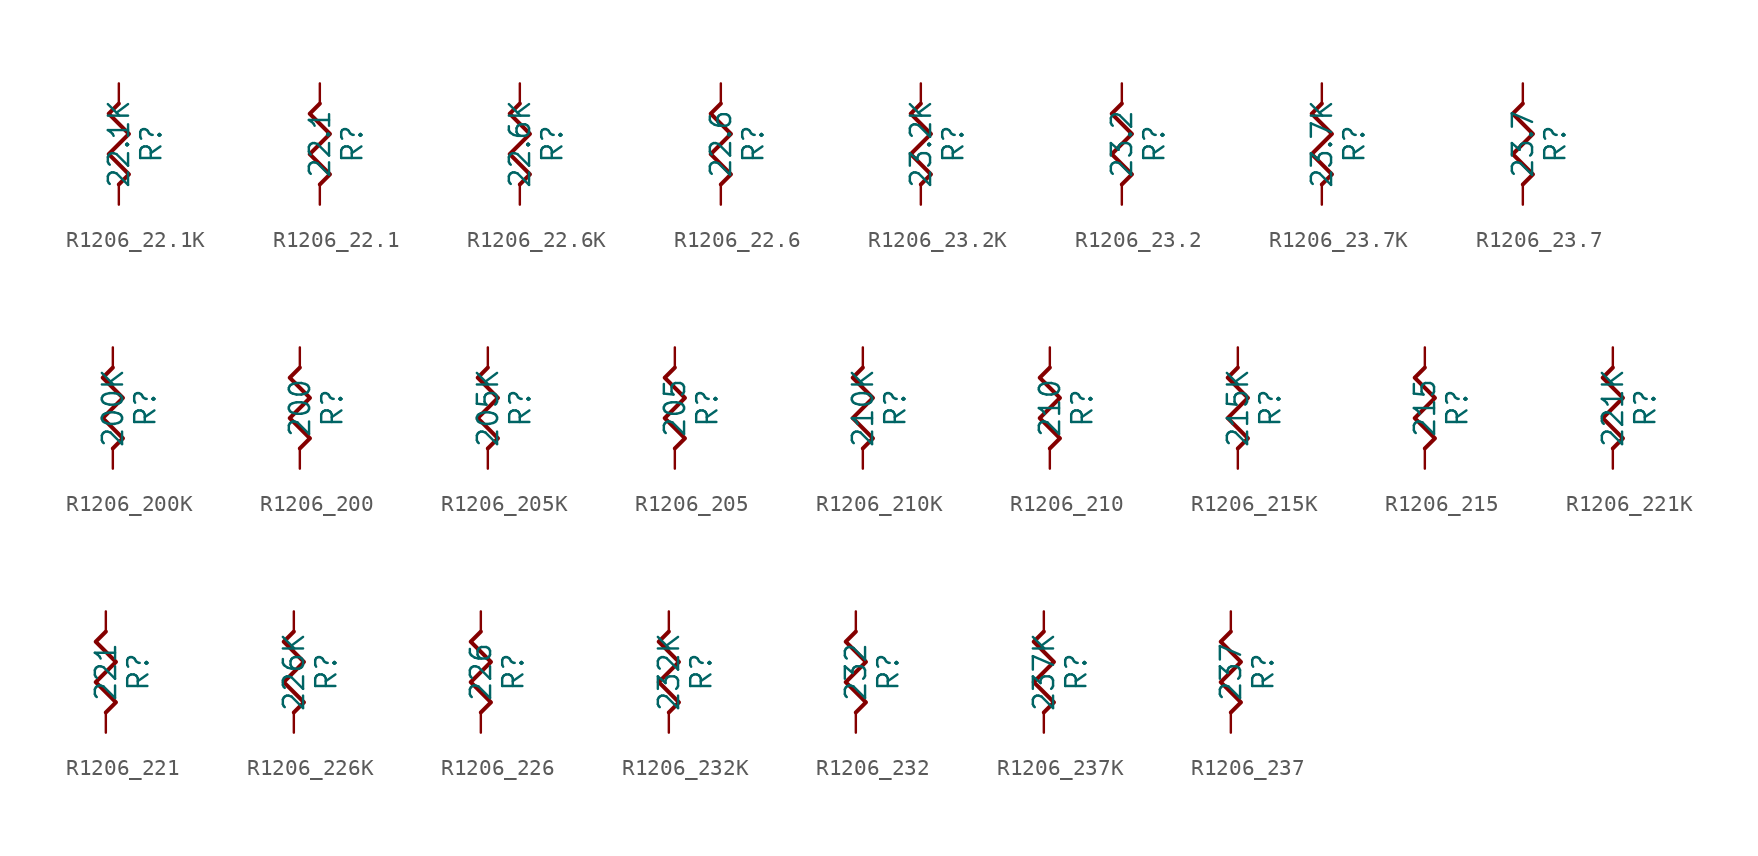
<source format=kicad_sym>
(kicad_symbol_lib
  (version 20211014)
  (generator atlantix-eda)
  (symbol "R1206_22.1K"
    (pin_numbers hide)
    (pin_names
      (offset 0))
    (property "Reference" "R"
      (at 2.032 0 90)
      (effects (font (size 1.27 1.27))))
    (property "Value" "22.1K"
      (at 0 0 90)
      (effects (font (size 1.27 1.27))))
    (symbol "R1206_22.1K_0_1"
      (polyline (pts (xy 0 -2.54) (xy 0.635 -1.905) (xy -0.635 -0.635) (xy 0.635 0.635) (xy -0.635 1.905) (xy 0 2.54)) (stroke (width 0.254) (type default) (color 0 0 0 0)) (fill (type none))))
    (symbol "R1206_22.1K_1_1"
      (pin passive line (at 0 3.81 270) (length 1.27) (name "~" (effects (font (size 1.27 1.27)))) (number "1" (effects (font (size 1.27 1.27)))))
      (pin passive line (at 0 -3.81 90) (length 1.27) (name "~" (effects (font (size 1.27 1.27)))) (number "2" (effects (font (size 1.27 1.27)))))))
  (symbol "R1206_22.1"
    (pin_numbers hide)
    (pin_names
      (offset 0))
    (property "Reference" "R"
      (at 2.032 0 90)
      (effects (font (size 1.27 1.27))))
    (property "Value" "22.1"
      (at 0 0 90)
      (effects (font (size 1.27 1.27))))
    (symbol "R1206_22.1_0_1"
      (polyline (pts (xy 0 -2.54) (xy 0.635 -1.905) (xy -0.635 -0.635) (xy 0.635 0.635) (xy -0.635 1.905) (xy 0 2.54)) (stroke (width 0.254) (type default) (color 0 0 0 0)) (fill (type none))))
    (symbol "R1206_22.1_1_1"
      (pin passive line (at 0 3.81 270) (length 1.27) (name "~" (effects (font (size 1.27 1.27)))) (number "1" (effects (font (size 1.27 1.27)))))
      (pin passive line (at 0 -3.81 90) (length 1.27) (name "~" (effects (font (size 1.27 1.27)))) (number "2" (effects (font (size 1.27 1.27)))))))
  (symbol "R1206_22.6K"
    (pin_numbers hide)
    (pin_names
      (offset 0))
    (property "Reference" "R"
      (at 2.032 0 90)
      (effects (font (size 1.27 1.27))))
    (property "Value" "22.6K"
      (at 0 0 90)
      (effects (font (size 1.27 1.27))))
    (symbol "R1206_22.6K_0_1"
      (polyline (pts (xy 0 -2.54) (xy 0.635 -1.905) (xy -0.635 -0.635) (xy 0.635 0.635) (xy -0.635 1.905) (xy 0 2.54)) (stroke (width 0.254) (type default) (color 0 0 0 0)) (fill (type none))))
    (symbol "R1206_22.6K_1_1"
      (pin passive line (at 0 3.81 270) (length 1.27) (name "~" (effects (font (size 1.27 1.27)))) (number "1" (effects (font (size 1.27 1.27)))))
      (pin passive line (at 0 -3.81 90) (length 1.27) (name "~" (effects (font (size 1.27 1.27)))) (number "2" (effects (font (size 1.27 1.27)))))))
  (symbol "R1206_22.6"
    (pin_numbers hide)
    (pin_names
      (offset 0))
    (property "Reference" "R"
      (at 2.032 0 90)
      (effects (font (size 1.27 1.27))))
    (property "Value" "22.6"
      (at 0 0 90)
      (effects (font (size 1.27 1.27))))
    (symbol "R1206_22.6_0_1"
      (polyline (pts (xy 0 -2.54) (xy 0.635 -1.905) (xy -0.635 -0.635) (xy 0.635 0.635) (xy -0.635 1.905) (xy 0 2.54)) (stroke (width 0.254) (type default) (color 0 0 0 0)) (fill (type none))))
    (symbol "R1206_22.6_1_1"
      (pin passive line (at 0 3.81 270) (length 1.27) (name "~" (effects (font (size 1.27 1.27)))) (number "1" (effects (font (size 1.27 1.27)))))
      (pin passive line (at 0 -3.81 90) (length 1.27) (name "~" (effects (font (size 1.27 1.27)))) (number "2" (effects (font (size 1.27 1.27)))))))
  (symbol "R1206_23.2K"
    (pin_numbers hide)
    (pin_names
      (offset 0))
    (property "Reference" "R"
      (at 2.032 0 90)
      (effects (font (size 1.27 1.27))))
    (property "Value" "23.2K"
      (at 0 0 90)
      (effects (font (size 1.27 1.27))))
    (symbol "R1206_23.2K_0_1"
      (polyline (pts (xy 0 -2.54) (xy 0.635 -1.905) (xy -0.635 -0.635) (xy 0.635 0.635) (xy -0.635 1.905) (xy 0 2.54)) (stroke (width 0.254) (type default) (color 0 0 0 0)) (fill (type none))))
    (symbol "R1206_23.2K_1_1"
      (pin passive line (at 0 3.81 270) (length 1.27) (name "~" (effects (font (size 1.27 1.27)))) (number "1" (effects (font (size 1.27 1.27)))))
      (pin passive line (at 0 -3.81 90) (length 1.27) (name "~" (effects (font (size 1.27 1.27)))) (number "2" (effects (font (size 1.27 1.27)))))))
  (symbol "R1206_23.2"
    (pin_numbers hide)
    (pin_names
      (offset 0))
    (property "Reference" "R"
      (at 2.032 0 90)
      (effects (font (size 1.27 1.27))))
    (property "Value" "23.2"
      (at 0 0 90)
      (effects (font (size 1.27 1.27))))
    (symbol "R1206_23.2_0_1"
      (polyline (pts (xy 0 -2.54) (xy 0.635 -1.905) (xy -0.635 -0.635) (xy 0.635 0.635) (xy -0.635 1.905) (xy 0 2.54)) (stroke (width 0.254) (type default) (color 0 0 0 0)) (fill (type none))))
    (symbol "R1206_23.2_1_1"
      (pin passive line (at 0 3.81 270) (length 1.27) (name "~" (effects (font (size 1.27 1.27)))) (number "1" (effects (font (size 1.27 1.27)))))
      (pin passive line (at 0 -3.81 90) (length 1.27) (name "~" (effects (font (size 1.27 1.27)))) (number "2" (effects (font (size 1.27 1.27)))))))
  (symbol "R1206_23.7K"
    (pin_numbers hide)
    (pin_names
      (offset 0))
    (property "Reference" "R"
      (at 2.032 0 90)
      (effects (font (size 1.27 1.27))))
    (property "Value" "23.7K"
      (at 0 0 90)
      (effects (font (size 1.27 1.27))))
    (symbol "R1206_23.7K_0_1"
      (polyline (pts (xy 0 -2.54) (xy 0.635 -1.905) (xy -0.635 -0.635) (xy 0.635 0.635) (xy -0.635 1.905) (xy 0 2.54)) (stroke (width 0.254) (type default) (color 0 0 0 0)) (fill (type none))))
    (symbol "R1206_23.7K_1_1"
      (pin passive line (at 0 3.81 270) (length 1.27) (name "~" (effects (font (size 1.27 1.27)))) (number "1" (effects (font (size 1.27 1.27)))))
      (pin passive line (at 0 -3.81 90) (length 1.27) (name "~" (effects (font (size 1.27 1.27)))) (number "2" (effects (font (size 1.27 1.27)))))))
  (symbol "R1206_23.7"
    (pin_numbers hide)
    (pin_names
      (offset 0))
    (property "Reference" "R"
      (at 2.032 0 90)
      (effects (font (size 1.27 1.27))))
    (property "Value" "23.7"
      (at 0 0 90)
      (effects (font (size 1.27 1.27))))
    (symbol "R1206_23.7_0_1"
      (polyline (pts (xy 0 -2.54) (xy 0.635 -1.905) (xy -0.635 -0.635) (xy 0.635 0.635) (xy -0.635 1.905) (xy 0 2.54)) (stroke (width 0.254) (type default) (color 0 0 0 0)) (fill (type none))))
    (symbol "R1206_23.7_1_1"
      (pin passive line (at 0 3.81 270) (length 1.27) (name "~" (effects (font (size 1.27 1.27)))) (number "1" (effects (font (size 1.27 1.27)))))
      (pin passive line (at 0 -3.81 90) (length 1.27) (name "~" (effects (font (size 1.27 1.27)))) (number "2" (effects (font (size 1.27 1.27)))))))
  (symbol "R1206_200K"
    (pin_numbers hide)
    (pin_names
      (offset 0))
    (property "Reference" "R"
      (at 2.032 0 90)
      (effects (font (size 1.27 1.27))))
    (property "Value" "200K"
      (at 0 0 90)
      (effects (font (size 1.27 1.27))))
    (symbol "R1206_200K_0_1"
      (polyline (pts (xy 0 -2.54) (xy 0.635 -1.905) (xy -0.635 -0.635) (xy 0.635 0.635) (xy -0.635 1.905) (xy 0 2.54)) (stroke (width 0.254) (type default) (color 0 0 0 0)) (fill (type none))))
    (symbol "R1206_200K_1_1"
      (pin passive line (at 0 3.81 270) (length 1.27) (name "~" (effects (font (size 1.27 1.27)))) (number "1" (effects (font (size 1.27 1.27)))))
      (pin passive line (at 0 -3.81 90) (length 1.27) (name "~" (effects (font (size 1.27 1.27)))) (number "2" (effects (font (size 1.27 1.27)))))))
  (symbol "R1206_200"
    (pin_numbers hide)
    (pin_names
      (offset 0))
    (property "Reference" "R"
      (at 2.032 0 90)
      (effects (font (size 1.27 1.27))))
    (property "Value" "200"
      (at 0 0 90)
      (effects (font (size 1.27 1.27))))
    (symbol "R1206_200_0_1"
      (polyline (pts (xy 0 -2.54) (xy 0.635 -1.905) (xy -0.635 -0.635) (xy 0.635 0.635) (xy -0.635 1.905) (xy 0 2.54)) (stroke (width 0.254) (type default) (color 0 0 0 0)) (fill (type none))))
    (symbol "R1206_200_1_1"
      (pin passive line (at 0 3.81 270) (length 1.27) (name "~" (effects (font (size 1.27 1.27)))) (number "1" (effects (font (size 1.27 1.27)))))
      (pin passive line (at 0 -3.81 90) (length 1.27) (name "~" (effects (font (size 1.27 1.27)))) (number "2" (effects (font (size 1.27 1.27)))))))
  (symbol "R1206_205K"
    (pin_numbers hide)
    (pin_names
      (offset 0))
    (property "Reference" "R"
      (at 2.032 0 90)
      (effects (font (size 1.27 1.27))))
    (property "Value" "205K"
      (at 0 0 90)
      (effects (font (size 1.27 1.27))))
    (symbol "R1206_205K_0_1"
      (polyline (pts (xy 0 -2.54) (xy 0.635 -1.905) (xy -0.635 -0.635) (xy 0.635 0.635) (xy -0.635 1.905) (xy 0 2.54)) (stroke (width 0.254) (type default) (color 0 0 0 0)) (fill (type none))))
    (symbol "R1206_205K_1_1"
      (pin passive line (at 0 3.81 270) (length 1.27) (name "~" (effects (font (size 1.27 1.27)))) (number "1" (effects (font (size 1.27 1.27)))))
      (pin passive line (at 0 -3.81 90) (length 1.27) (name "~" (effects (font (size 1.27 1.27)))) (number "2" (effects (font (size 1.27 1.27)))))))
  (symbol "R1206_205"
    (pin_numbers hide)
    (pin_names
      (offset 0))
    (property "Reference" "R"
      (at 2.032 0 90)
      (effects (font (size 1.27 1.27))))
    (property "Value" "205"
      (at 0 0 90)
      (effects (font (size 1.27 1.27))))
    (symbol "R1206_205_0_1"
      (polyline (pts (xy 0 -2.54) (xy 0.635 -1.905) (xy -0.635 -0.635) (xy 0.635 0.635) (xy -0.635 1.905) (xy 0 2.54)) (stroke (width 0.254) (type default) (color 0 0 0 0)) (fill (type none))))
    (symbol "R1206_205_1_1"
      (pin passive line (at 0 3.81 270) (length 1.27) (name "~" (effects (font (size 1.27 1.27)))) (number "1" (effects (font (size 1.27 1.27)))))
      (pin passive line (at 0 -3.81 90) (length 1.27) (name "~" (effects (font (size 1.27 1.27)))) (number "2" (effects (font (size 1.27 1.27)))))))
  (symbol "R1206_210K"
    (pin_numbers hide)
    (pin_names
      (offset 0))
    (property "Reference" "R"
      (at 2.032 0 90)
      (effects (font (size 1.27 1.27))))
    (property "Value" "210K"
      (at 0 0 90)
      (effects (font (size 1.27 1.27))))
    (symbol "R1206_210K_0_1"
      (polyline (pts (xy 0 -2.54) (xy 0.635 -1.905) (xy -0.635 -0.635) (xy 0.635 0.635) (xy -0.635 1.905) (xy 0 2.54)) (stroke (width 0.254) (type default) (color 0 0 0 0)) (fill (type none))))
    (symbol "R1206_210K_1_1"
      (pin passive line (at 0 3.81 270) (length 1.27) (name "~" (effects (font (size 1.27 1.27)))) (number "1" (effects (font (size 1.27 1.27)))))
      (pin passive line (at 0 -3.81 90) (length 1.27) (name "~" (effects (font (size 1.27 1.27)))) (number "2" (effects (font (size 1.27 1.27)))))))
  (symbol "R1206_210"
    (pin_numbers hide)
    (pin_names
      (offset 0))
    (property "Reference" "R"
      (at 2.032 0 90)
      (effects (font (size 1.27 1.27))))
    (property "Value" "210"
      (at 0 0 90)
      (effects (font (size 1.27 1.27))))
    (symbol "R1206_210_0_1"
      (polyline (pts (xy 0 -2.54) (xy 0.635 -1.905) (xy -0.635 -0.635) (xy 0.635 0.635) (xy -0.635 1.905) (xy 0 2.54)) (stroke (width 0.254) (type default) (color 0 0 0 0)) (fill (type none))))
    (symbol "R1206_210_1_1"
      (pin passive line (at 0 3.81 270) (length 1.27) (name "~" (effects (font (size 1.27 1.27)))) (number "1" (effects (font (size 1.27 1.27)))))
      (pin passive line (at 0 -3.81 90) (length 1.27) (name "~" (effects (font (size 1.27 1.27)))) (number "2" (effects (font (size 1.27 1.27)))))))
  (symbol "R1206_215K"
    (pin_numbers hide)
    (pin_names
      (offset 0))
    (property "Reference" "R"
      (at 2.032 0 90)
      (effects (font (size 1.27 1.27))))
    (property "Value" "215K"
      (at 0 0 90)
      (effects (font (size 1.27 1.27))))
    (symbol "R1206_215K_0_1"
      (polyline (pts (xy 0 -2.54) (xy 0.635 -1.905) (xy -0.635 -0.635) (xy 0.635 0.635) (xy -0.635 1.905) (xy 0 2.54)) (stroke (width 0.254) (type default) (color 0 0 0 0)) (fill (type none))))
    (symbol "R1206_215K_1_1"
      (pin passive line (at 0 3.81 270) (length 1.27) (name "~" (effects (font (size 1.27 1.27)))) (number "1" (effects (font (size 1.27 1.27)))))
      (pin passive line (at 0 -3.81 90) (length 1.27) (name "~" (effects (font (size 1.27 1.27)))) (number "2" (effects (font (size 1.27 1.27)))))))
  (symbol "R1206_215"
    (pin_numbers hide)
    (pin_names
      (offset 0))
    (property "Reference" "R"
      (at 2.032 0 90)
      (effects (font (size 1.27 1.27))))
    (property "Value" "215"
      (at 0 0 90)
      (effects (font (size 1.27 1.27))))
    (symbol "R1206_215_0_1"
      (polyline (pts (xy 0 -2.54) (xy 0.635 -1.905) (xy -0.635 -0.635) (xy 0.635 0.635) (xy -0.635 1.905) (xy 0 2.54)) (stroke (width 0.254) (type default) (color 0 0 0 0)) (fill (type none))))
    (symbol "R1206_215_1_1"
      (pin passive line (at 0 3.81 270) (length 1.27) (name "~" (effects (font (size 1.27 1.27)))) (number "1" (effects (font (size 1.27 1.27)))))
      (pin passive line (at 0 -3.81 90) (length 1.27) (name "~" (effects (font (size 1.27 1.27)))) (number "2" (effects (font (size 1.27 1.27)))))))
  (symbol "R1206_221K"
    (pin_numbers hide)
    (pin_names
      (offset 0))
    (property "Reference" "R"
      (at 2.032 0 90)
      (effects (font (size 1.27 1.27))))
    (property "Value" "221K"
      (at 0 0 90)
      (effects (font (size 1.27 1.27))))
    (symbol "R1206_221K_0_1"
      (polyline (pts (xy 0 -2.54) (xy 0.635 -1.905) (xy -0.635 -0.635) (xy 0.635 0.635) (xy -0.635 1.905) (xy 0 2.54)) (stroke (width 0.254) (type default) (color 0 0 0 0)) (fill (type none))))
    (symbol "R1206_221K_1_1"
      (pin passive line (at 0 3.81 270) (length 1.27) (name "~" (effects (font (size 1.27 1.27)))) (number "1" (effects (font (size 1.27 1.27)))))
      (pin passive line (at 0 -3.81 90) (length 1.27) (name "~" (effects (font (size 1.27 1.27)))) (number "2" (effects (font (size 1.27 1.27)))))))
  (symbol "R1206_221"
    (pin_numbers hide)
    (pin_names
      (offset 0))
    (property "Reference" "R"
      (at 2.032 0 90)
      (effects (font (size 1.27 1.27))))
    (property "Value" "221"
      (at 0 0 90)
      (effects (font (size 1.27 1.27))))
    (symbol "R1206_221_0_1"
      (polyline (pts (xy 0 -2.54) (xy 0.635 -1.905) (xy -0.635 -0.635) (xy 0.635 0.635) (xy -0.635 1.905) (xy 0 2.54)) (stroke (width 0.254) (type default) (color 0 0 0 0)) (fill (type none))))
    (symbol "R1206_221_1_1"
      (pin passive line (at 0 3.81 270) (length 1.27) (name "~" (effects (font (size 1.27 1.27)))) (number "1" (effects (font (size 1.27 1.27)))))
      (pin passive line (at 0 -3.81 90) (length 1.27) (name "~" (effects (font (size 1.27 1.27)))) (number "2" (effects (font (size 1.27 1.27)))))))
  (symbol "R1206_226K"
    (pin_numbers hide)
    (pin_names
      (offset 0))
    (property "Reference" "R"
      (at 2.032 0 90)
      (effects (font (size 1.27 1.27))))
    (property "Value" "226K"
      (at 0 0 90)
      (effects (font (size 1.27 1.27))))
    (symbol "R1206_226K_0_1"
      (polyline (pts (xy 0 -2.54) (xy 0.635 -1.905) (xy -0.635 -0.635) (xy 0.635 0.635) (xy -0.635 1.905) (xy 0 2.54)) (stroke (width 0.254) (type default) (color 0 0 0 0)) (fill (type none))))
    (symbol "R1206_226K_1_1"
      (pin passive line (at 0 3.81 270) (length 1.27) (name "~" (effects (font (size 1.27 1.27)))) (number "1" (effects (font (size 1.27 1.27)))))
      (pin passive line (at 0 -3.81 90) (length 1.27) (name "~" (effects (font (size 1.27 1.27)))) (number "2" (effects (font (size 1.27 1.27)))))))
  (symbol "R1206_226"
    (pin_numbers hide)
    (pin_names
      (offset 0))
    (property "Reference" "R"
      (at 2.032 0 90)
      (effects (font (size 1.27 1.27))))
    (property "Value" "226"
      (at 0 0 90)
      (effects (font (size 1.27 1.27))))
    (symbol "R1206_226_0_1"
      (polyline (pts (xy 0 -2.54) (xy 0.635 -1.905) (xy -0.635 -0.635) (xy 0.635 0.635) (xy -0.635 1.905) (xy 0 2.54)) (stroke (width 0.254) (type default) (color 0 0 0 0)) (fill (type none))))
    (symbol "R1206_226_1_1"
      (pin passive line (at 0 3.81 270) (length 1.27) (name "~" (effects (font (size 1.27 1.27)))) (number "1" (effects (font (size 1.27 1.27)))))
      (pin passive line (at 0 -3.81 90) (length 1.27) (name "~" (effects (font (size 1.27 1.27)))) (number "2" (effects (font (size 1.27 1.27)))))))
  (symbol "R1206_232K"
    (pin_numbers hide)
    (pin_names
      (offset 0))
    (property "Reference" "R"
      (at 2.032 0 90)
      (effects (font (size 1.27 1.27))))
    (property "Value" "232K"
      (at 0 0 90)
      (effects (font (size 1.27 1.27))))
    (symbol "R1206_232K_0_1"
      (polyline (pts (xy 0 -2.54) (xy 0.635 -1.905) (xy -0.635 -0.635) (xy 0.635 0.635) (xy -0.635 1.905) (xy 0 2.54)) (stroke (width 0.254) (type default) (color 0 0 0 0)) (fill (type none))))
    (symbol "R1206_232K_1_1"
      (pin passive line (at 0 3.81 270) (length 1.27) (name "~" (effects (font (size 1.27 1.27)))) (number "1" (effects (font (size 1.27 1.27)))))
      (pin passive line (at 0 -3.81 90) (length 1.27) (name "~" (effects (font (size 1.27 1.27)))) (number "2" (effects (font (size 1.27 1.27)))))))
  (symbol "R1206_232"
    (pin_numbers hide)
    (pin_names
      (offset 0))
    (property "Reference" "R"
      (at 2.032 0 90)
      (effects (font (size 1.27 1.27))))
    (property "Value" "232"
      (at 0 0 90)
      (effects (font (size 1.27 1.27))))
    (symbol "R1206_232_0_1"
      (polyline (pts (xy 0 -2.54) (xy 0.635 -1.905) (xy -0.635 -0.635) (xy 0.635 0.635) (xy -0.635 1.905) (xy 0 2.54)) (stroke (width 0.254) (type default) (color 0 0 0 0)) (fill (type none))))
    (symbol "R1206_232_1_1"
      (pin passive line (at 0 3.81 270) (length 1.27) (name "~" (effects (font (size 1.27 1.27)))) (number "1" (effects (font (size 1.27 1.27)))))
      (pin passive line (at 0 -3.81 90) (length 1.27) (name "~" (effects (font (size 1.27 1.27)))) (number "2" (effects (font (size 1.27 1.27)))))))
  (symbol "R1206_237K"
    (pin_numbers hide)
    (pin_names
      (offset 0))
    (property "Reference" "R"
      (at 2.032 0 90)
      (effects (font (size 1.27 1.27))))
    (property "Value" "237K"
      (at 0 0 90)
      (effects (font (size 1.27 1.27))))
    (symbol "R1206_237K_0_1"
      (polyline (pts (xy 0 -2.54) (xy 0.635 -1.905) (xy -0.635 -0.635) (xy 0.635 0.635) (xy -0.635 1.905) (xy 0 2.54)) (stroke (width 0.254) (type default) (color 0 0 0 0)) (fill (type none))))
    (symbol "R1206_237K_1_1"
      (pin passive line (at 0 3.81 270) (length 1.27) (name "~" (effects (font (size 1.27 1.27)))) (number "1" (effects (font (size 1.27 1.27)))))
      (pin passive line (at 0 -3.81 90) (length 1.27) (name "~" (effects (font (size 1.27 1.27)))) (number "2" (effects (font (size 1.27 1.27)))))))
  (symbol "R1206_237"
    (pin_numbers hide)
    (pin_names
      (offset 0))
    (property "Reference" "R"
      (at 2.032 0 90)
      (effects (font (size 1.27 1.27))))
    (property "Value" "237"
      (at 0 0 90)
      (effects (font (size 1.27 1.27))))
    (symbol "R1206_237_0_1"
      (polyline (pts (xy 0 -2.54) (xy 0.635 -1.905) (xy -0.635 -0.635) (xy 0.635 0.635) (xy -0.635 1.905) (xy 0 2.54)) (stroke (width 0.254) (type default) (color 0 0 0 0)) (fill (type none))))
    (symbol "R1206_237_1_1"
      (pin passive line (at 0 3.81 270) (length 1.27) (name "~" (effects (font (size 1.27 1.27)))) (number "1" (effects (font (size 1.27 1.27)))))
      (pin passive line (at 0 -3.81 90) (length 1.27) (name "~" (effects (font (size 1.27 1.27)))) (number "2" (effects (font (size 1.27 1.27))))))))
</source>
